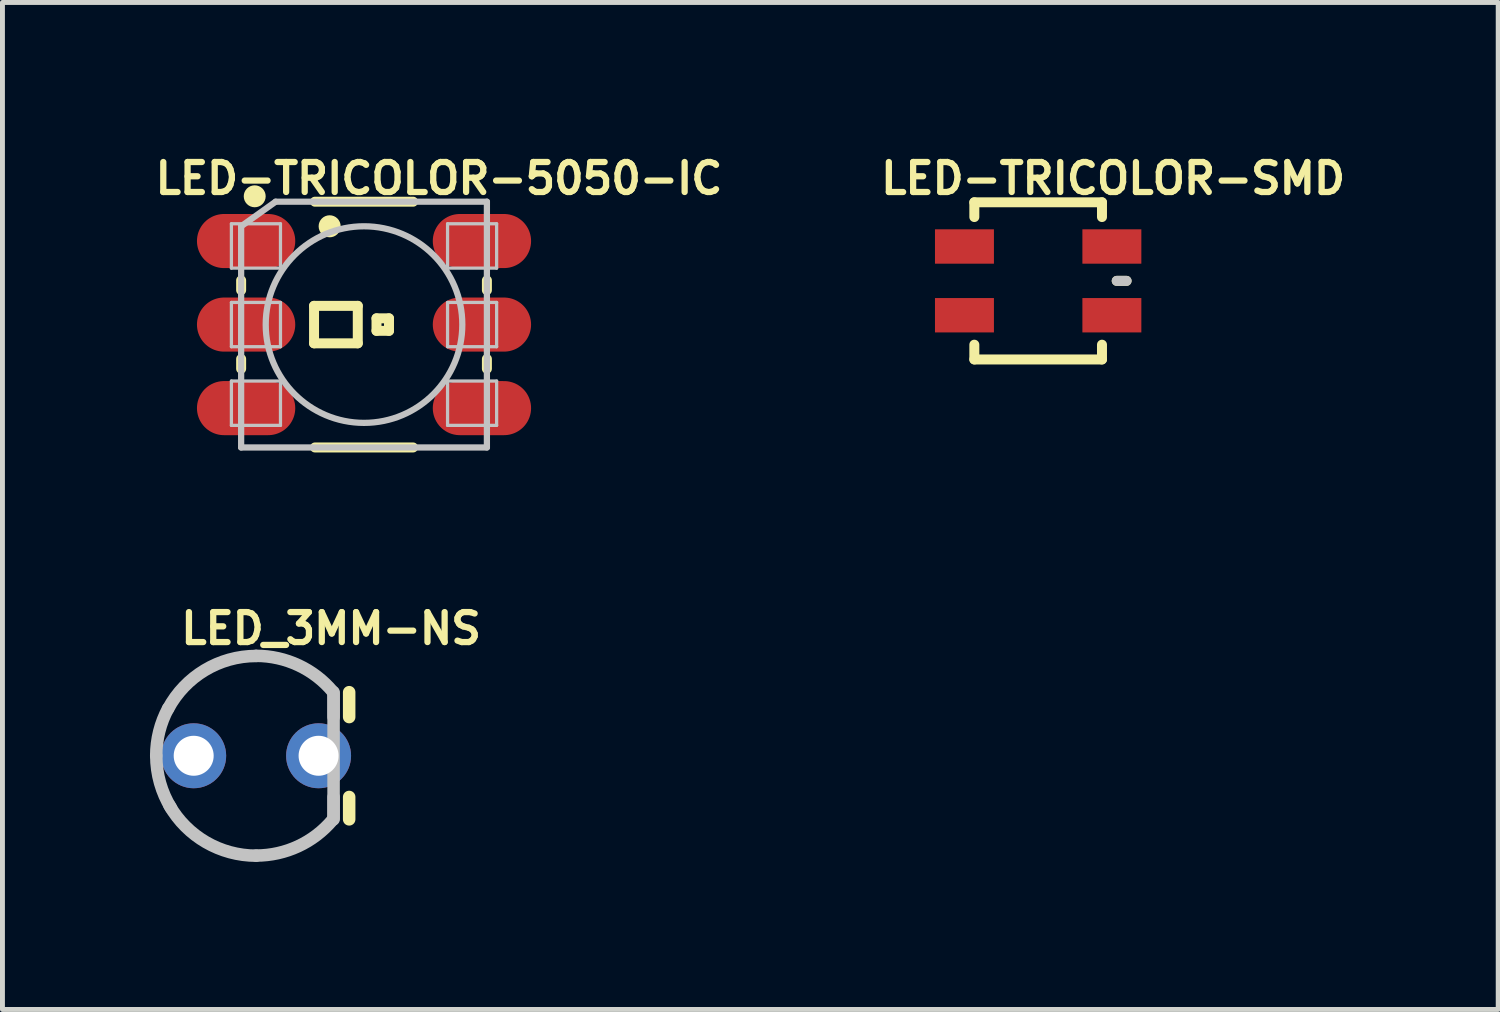
<source format=kicad_pcb>
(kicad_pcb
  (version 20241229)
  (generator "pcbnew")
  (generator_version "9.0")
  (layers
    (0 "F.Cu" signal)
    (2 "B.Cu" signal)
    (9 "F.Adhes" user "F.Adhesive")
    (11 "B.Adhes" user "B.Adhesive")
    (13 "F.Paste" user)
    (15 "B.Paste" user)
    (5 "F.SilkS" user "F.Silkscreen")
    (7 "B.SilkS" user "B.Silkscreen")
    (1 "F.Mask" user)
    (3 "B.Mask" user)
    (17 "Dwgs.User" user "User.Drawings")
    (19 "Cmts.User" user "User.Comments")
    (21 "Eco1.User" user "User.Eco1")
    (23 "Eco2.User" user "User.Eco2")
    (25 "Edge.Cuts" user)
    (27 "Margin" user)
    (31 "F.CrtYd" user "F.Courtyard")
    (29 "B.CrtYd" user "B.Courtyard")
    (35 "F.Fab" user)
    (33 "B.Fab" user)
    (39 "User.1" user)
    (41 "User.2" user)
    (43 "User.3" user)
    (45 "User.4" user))
  (footprint "LED_3MM-NS"
    (layer "F.Cu")
    (at 2.159 12.32)
    (property "Reference" "LED_3MM-NS" (at 1.524 -2.588 0) (layer "F.SilkS") (effects (font (size 0.61 0.61) (thickness 0.127))))
    (attr exclude_from_pos_files exclude_from_bom)
    (fp_line (start 1.892 -1.293) (end 1.892 -0.787) (stroke (width 0.254) (type solid)) (layer "F.SilkS"))
    (fp_line (start 1.892 1.293) (end 1.892 0.838) (stroke (width 0.254) (type solid)) (layer "F.SilkS"))
    (fp_line (start 1.575 -1.293) (end 1.575 -0.787) (stroke (width 0.254) (type solid)) (layer "Dwgs.User"))
    (fp_line (start 1.575 1.27) (end 1.575 -1.27) (stroke (width 0.254) (type solid)) (layer "Dwgs.User"))
    (fp_line (start 1.575 1.293) (end 1.575 0.838) (stroke (width 0.254) (type solid)) (layer "Dwgs.User"))
    (fp_arc (start -2.032 0) (mid -1.970347 -0.496745) (end -1.78913 -0.963347) (stroke (width 0.254) (type solid)) (layer "Dwgs.User"))
    (fp_arc (start -1.7907 -0.95504) (mid -1.044567 -1.739997) (end -0.000975 -2.02946) (stroke (width 0.254) (type solid)) (layer "Dwgs.User"))
    (fp_arc (start -1.72974 1.06426) (mid -1.954164 0.553076) (end -2.030923 0.0001) (stroke (width 0.254) (type solid)) (layer "Dwgs.User"))
    (fp_arc (start 0 -2.032) (mid 0.860367 -1.840867) (end 1.55888 -1.303426) (stroke (width 0.254) (type solid)) (layer "Dwgs.User"))
    (fp_arc (start 0 2.032) (mid -1.01907 1.757988) (end -1.763299 1.009851) (stroke (width 0.254) (type solid)) (layer "Dwgs.User"))
    (fp_arc (start 1.5494 1.31064) (mid 0.855154 1.840416) (end 0.002552 2.029387) (stroke (width 0.254) (type solid)) (layer "Dwgs.User"))
    (pad "A" thru_hole circle (at -1.27 0) (size 1.321 1.321) (drill 0.813) (layers "*.Cu" "*.Paste" "*.Mask"))
    (pad "K" thru_hole circle (at 1.27 0) (size 1.321 1.321) (drill 0.813) (layers "*.Cu" "*.Paste" "*.Mask")))
  (footprint "LED-TRICOLOR-5050-IC"
    (layer "F.Cu")
    (at 4.353 3.551)
    (property "Reference" "LED-TRICOLOR-5050-IC" (at 1.524 -2.972 0) (layer "F.SilkS") (effects (font (size 0.61 0.61) (thickness 0.127))))
    (attr smd)
    (fp_line (start -2.499 -0.699) (end -2.499 -0.899) (stroke (width 0.203) (type solid)) (layer "F.SilkS"))
    (fp_line (start -2.499 0.899) (end -2.499 0.699) (stroke (width 0.203) (type solid)) (layer "F.SilkS"))
    (fp_line (start -1.016 -0.381) (end -0.127 -0.381) (stroke (width 0.203) (type solid)) (layer "F.SilkS"))
    (fp_line (start -1.016 0.381) (end -1.016 -0.381) (stroke (width 0.203) (type solid)) (layer "F.SilkS"))
    (fp_line (start -0.998 -2.499) (end 0.998 -2.499) (stroke (width 0.203) (type solid)) (layer "F.SilkS"))
    (fp_line (start -0.998 2.499) (end 0.998 2.499) (stroke (width 0.203) (type solid)) (layer "F.SilkS"))
    (fp_line (start -0.127 -0.381) (end -0.127 0.381) (stroke (width 0.203) (type solid)) (layer "F.SilkS"))
    (fp_line (start -0.127 0.381) (end -1.016 0.381) (stroke (width 0.203) (type solid)) (layer "F.SilkS"))
    (fp_line (start 0.254 -0.127) (end 0.508 -0.127) (stroke (width 0.203) (type solid)) (layer "F.SilkS"))
    (fp_line (start 0.254 0.127) (end 0.254 -0.127) (stroke (width 0.203) (type solid)) (layer "F.SilkS"))
    (fp_line (start 0.508 -0.127) (end 0.508 0.127) (stroke (width 0.203) (type solid)) (layer "F.SilkS"))
    (fp_line (start 0.508 0.127) (end 0.254 0.127) (stroke (width 0.203) (type solid)) (layer "F.SilkS"))
    (fp_line (start 2.499 -0.699) (end 2.499 -0.899) (stroke (width 0.203) (type solid)) (layer "F.SilkS"))
    (fp_line (start 2.499 0.899) (end 2.499 0.699) (stroke (width 0.203) (type solid)) (layer "F.SilkS"))
    (fp_circle (center -2.223 -2.609) (end -2.223 -2.832) (stroke (width 0) (type solid)) (fill yes) (layer "F.SilkS"))
    (fp_circle (center -0.699 -1.999) (end -0.699 -2.223) (stroke (width 0) (type solid)) (fill yes) (layer "F.SilkS"))
    (fp_line (start -2.697 -2.05) (end -1.699 -2.05) (stroke (width 0.066) (type solid)) (layer "Dwgs.User"))
    (fp_line (start -2.697 -1.148) (end -2.697 -2.05) (stroke (width 0.066) (type solid)) (layer "Dwgs.User"))
    (fp_line (start -2.697 -1.148) (end -1.699 -1.148) (stroke (width 0.066) (type solid)) (layer "Dwgs.User"))
    (fp_line (start -2.697 -0.45) (end -1.699 -0.45) (stroke (width 0.066) (type solid)) (layer "Dwgs.User"))
    (fp_line (start -2.697 0.45) (end -2.697 -0.45) (stroke (width 0.066) (type solid)) (layer "Dwgs.User"))
    (fp_line (start -2.697 0.45) (end -1.699 0.45) (stroke (width 0.066) (type solid)) (layer "Dwgs.User"))
    (fp_line (start -2.697 1.148) (end -1.699 1.148) (stroke (width 0.066) (type solid)) (layer "Dwgs.User"))
    (fp_line (start -2.697 2.05) (end -2.697 1.148) (stroke (width 0.066) (type solid)) (layer "Dwgs.User"))
    (fp_line (start -2.697 2.05) (end -1.699 2.05) (stroke (width 0.066) (type solid)) (layer "Dwgs.User"))
    (fp_line (start -2.499 -1.999) (end -1.798 -2.499) (stroke (width 0.127) (type solid)) (layer "Dwgs.User"))
    (fp_line (start -2.499 2.499) (end -2.499 -1.999) (stroke (width 0.127) (type solid)) (layer "Dwgs.User"))
    (fp_line (start -1.798 -2.499) (end 2.499 -2.499) (stroke (width 0.127) (type solid)) (layer "Dwgs.User"))
    (fp_line (start -1.699 -1.148) (end -1.699 -2.05) (stroke (width 0.066) (type solid)) (layer "Dwgs.User"))
    (fp_line (start -1.699 0.45) (end -1.699 -0.45) (stroke (width 0.066) (type solid)) (layer "Dwgs.User"))
    (fp_line (start -1.699 2.05) (end -1.699 1.148) (stroke (width 0.066) (type solid)) (layer "Dwgs.User"))
    (fp_line (start 1.699 -2.05) (end 2.697 -2.05) (stroke (width 0.066) (type solid)) (layer "Dwgs.User"))
    (fp_line (start 1.699 -1.148) (end 1.699 -2.05) (stroke (width 0.066) (type solid)) (layer "Dwgs.User"))
    (fp_line (start 1.699 -1.148) (end 2.697 -1.148) (stroke (width 0.066) (type solid)) (layer "Dwgs.User"))
    (fp_line (start 1.699 -0.45) (end 2.697 -0.45) (stroke (width 0.066) (type solid)) (layer "Dwgs.User"))
    (fp_line (start 1.699 0.45) (end 1.699 -0.45) (stroke (width 0.066) (type solid)) (layer "Dwgs.User"))
    (fp_line (start 1.699 0.45) (end 2.697 0.45) (stroke (width 0.066) (type solid)) (layer "Dwgs.User"))
    (fp_line (start 1.699 1.148) (end 2.697 1.148) (stroke (width 0.066) (type solid)) (layer "Dwgs.User"))
    (fp_line (start 1.699 2.05) (end 1.699 1.148) (stroke (width 0.066) (type solid)) (layer "Dwgs.User"))
    (fp_line (start 1.699 2.05) (end 2.697 2.05) (stroke (width 0.066) (type solid)) (layer "Dwgs.User"))
    (fp_line (start 2.499 -2.499) (end 2.499 2.499) (stroke (width 0.127) (type solid)) (layer "Dwgs.User"))
    (fp_line (start 2.499 2.499) (end -2.499 2.499) (stroke (width 0.127) (type solid)) (layer "Dwgs.User"))
    (fp_line (start 2.697 -1.148) (end 2.697 -2.05) (stroke (width 0.066) (type solid)) (layer "Dwgs.User"))
    (fp_line (start 2.697 0.45) (end 2.697 -0.45) (stroke (width 0.066) (type solid)) (layer "Dwgs.User"))
    (fp_line (start 2.697 2.05) (end 2.697 1.148) (stroke (width 0.066) (type solid)) (layer "Dwgs.User"))
    (fp_circle (center 0 0) (end 0 -1.999) (stroke (width 0.127) (type solid)) (fill no) (layer "Dwgs.User"))
    (pad "1" smd oval (at -2.398 -1.699) (size 1.999 1.1) (layers "F.Cu" "F.Mask" "F.Paste"))
    (pad "2" smd oval (at -2.398 0) (size 1.999 1.1) (layers "F.Cu" "F.Mask" "F.Paste"))
    (pad "3" smd oval (at -2.398 1.699) (size 1.999 1.1) (layers "F.Cu" "F.Mask" "F.Paste"))
    (pad "4" smd oval (at 2.398 1.699) (size 1.999 1.1) (layers "F.Cu" "F.Mask" "F.Paste"))
    (pad "5" smd oval (at 2.398 0) (size 1.999 1.1) (layers "F.Cu" "F.Mask" "F.Paste"))
    (pad "6" smd oval (at 2.398 -1.699) (size 1.999 1.1) (layers "F.Cu" "F.Mask" "F.Paste")))
  (footprint "LED-TRICOLOR-SMD"
    (layer "F.Cu")
    (at 18.063 2.662)
    (property "Reference" "LED-TRICOLOR-SMD" (at 1.524 -2.083 0) (layer "F.SilkS") (effects (font (size 0.61 0.61) (thickness 0.127))))
    (attr smd)
    (fp_line (start -1.298 -1.598) (end 1.298 -1.598) (stroke (width 0.203) (type solid)) (layer "F.SilkS"))
    (fp_line (start -1.298 -1.298) (end -1.298 -1.598) (stroke (width 0.203) (type solid)) (layer "F.SilkS"))
    (fp_line (start -1.298 1.298) (end -1.298 1.598) (stroke (width 0.203) (type solid)) (layer "F.SilkS"))
    (fp_line (start -1.298 1.598) (end 1.298 1.598) (stroke (width 0.203) (type solid)) (layer "F.SilkS"))
    (fp_line (start 1.298 -1.598) (end 1.298 -1.298) (stroke (width 0.203) (type solid)) (layer "F.SilkS"))
    (fp_line (start 1.298 1.598) (end 1.298 1.298) (stroke (width 0.203) (type solid)) (layer "F.SilkS"))
    (fp_line (start 1.598 0) (end 1.798 0) (stroke (width 0.203) (type solid)) (layer "F.SilkS"))
    (fp_line (start 1.598 0) (end 1.798 0) (stroke (width 0.203) (type solid)) (layer "Dwgs.User"))
    (pad "A" smd rect (at 1.499 -0.699 90) (size 0.699 1.199) (layers "F.Cu" "F.Mask" "F.Paste"))
    (pad "B" smd rect (at -1.499 -0.699 90) (size 0.699 1.199) (layers "F.Cu" "F.Mask" "F.Paste"))
    (pad "G" smd rect (at -1.499 0.699 90) (size 0.699 1.199) (layers "F.Cu" "F.Mask" "F.Paste"))
    (pad "R" smd rect (at 1.499 0.699 90) (size 0.699 1.199) (layers "F.Cu" "F.Mask" "F.Paste")))
  (gr_rect
    (start -3 -3)
    (end 27.419 17.479)
    (stroke (width 0.1) (type default))
    (fill no)
    (layer "Edge.Cuts")))
</source>
